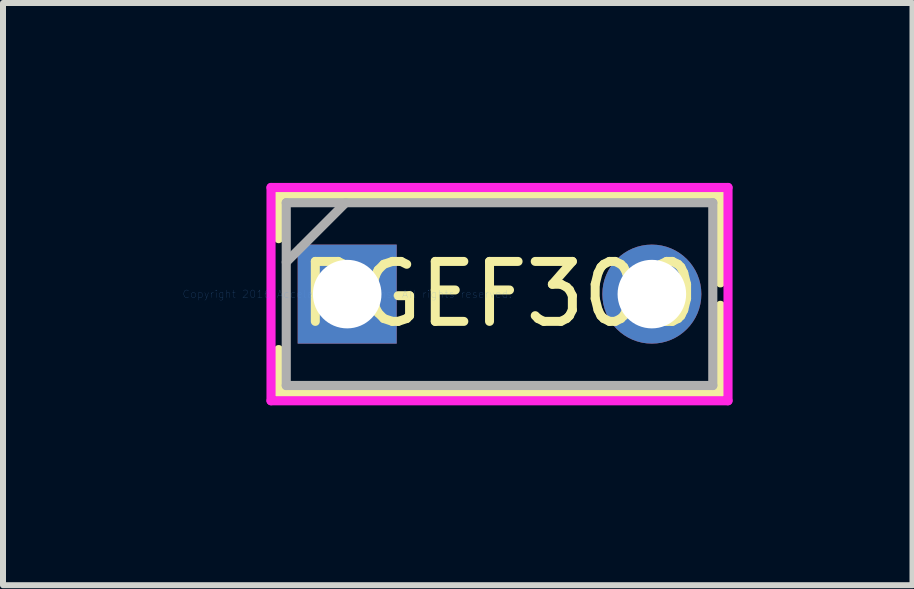
<source format=kicad_pcb>
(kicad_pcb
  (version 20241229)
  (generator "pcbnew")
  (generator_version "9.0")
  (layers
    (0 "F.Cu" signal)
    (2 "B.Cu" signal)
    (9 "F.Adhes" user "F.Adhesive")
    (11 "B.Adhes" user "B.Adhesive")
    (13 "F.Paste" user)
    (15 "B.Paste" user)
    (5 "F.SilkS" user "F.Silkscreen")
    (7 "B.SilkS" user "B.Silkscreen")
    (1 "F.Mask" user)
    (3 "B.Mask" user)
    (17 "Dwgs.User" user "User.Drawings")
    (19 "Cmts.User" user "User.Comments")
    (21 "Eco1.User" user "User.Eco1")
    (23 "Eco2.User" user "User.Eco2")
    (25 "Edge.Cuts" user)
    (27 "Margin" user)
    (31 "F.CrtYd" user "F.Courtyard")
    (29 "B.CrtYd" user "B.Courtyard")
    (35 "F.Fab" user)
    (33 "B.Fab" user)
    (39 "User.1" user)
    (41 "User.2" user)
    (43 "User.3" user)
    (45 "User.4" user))
  (footprint "RGEF300"
    (layer "F.Cu")
    (at 2.739 1.854)
    (property "Reference" "RGEF300" (at 2.54 0 0) (layer "F.SilkS") (effects (font (size 1 1) (thickness 0.15))))
    (attr through_hole)
    (fp_line (start -1.143 -1.651) (end -1.143 -0.925) (stroke (width 0.152) (type solid)) (layer "F.SilkS"))
    (fp_line (start -1.143 0.925) (end -1.143 1.651) (stroke (width 0.152) (type solid)) (layer "F.SilkS"))
    (fp_line (start -1.143 1.651) (end 6.223 1.651) (stroke (width 0.152) (type solid)) (layer "F.SilkS"))
    (fp_line (start 6.223 -1.651) (end -1.143 -1.651) (stroke (width 0.152) (type solid)) (layer "F.SilkS"))
    (fp_line (start 6.223 -0.187) (end 6.223 -1.651) (stroke (width 0.152) (type solid)) (layer "F.SilkS"))
    (fp_line (start 6.223 1.651) (end 6.223 0.187) (stroke (width 0.152) (type solid)) (layer "F.SilkS"))
    (fp_line (start -1.27 -1.778) (end 6.35 -1.778) (stroke (width 0.152) (type solid)) (layer "F.CrtYd"))
    (fp_line (start -1.27 1.778) (end -1.27 -1.778) (stroke (width 0.152) (type solid)) (layer "F.CrtYd"))
    (fp_line (start 6.35 -1.778) (end 6.35 1.778) (stroke (width 0.152) (type solid)) (layer "F.CrtYd"))
    (fp_line (start 6.35 1.778) (end -1.27 1.778) (stroke (width 0.152) (type solid)) (layer "F.CrtYd"))
    (fp_line (start -1.016 -1.524) (end -1.016 1.524) (stroke (width 0.152) (type solid)) (layer "F.Fab"))
    (fp_line (start -1.016 -0.533) (end -0.025 -1.524) (stroke (width 0.152) (type solid)) (layer "F.Fab"))
    (fp_line (start -1.016 1.524) (end 6.096 1.524) (stroke (width 0.152) (type solid)) (layer "F.Fab"))
    (fp_line (start 6.096 -1.524) (end -1.016 -1.524) (stroke (width 0.152) (type solid)) (layer "F.Fab"))
    (fp_line (start 6.096 1.524) (end 6.096 -1.524) (stroke (width 0.152) (type solid)) (layer "F.Fab"))
    (fp_text user "Copyright 2016 Accelerated Designs. All rights reserved." (at 0 0 0) (layer "Cmts.User") (effects (font (size 0.127 0.127) (thickness 0.002))))
    (pad "1" thru_hole rect (at 0 0) (size 1.651 1.651) (drill 1.143) (layers "*.Cu" "*.Mask"))
    (pad "2" thru_hole circle (at 5.08 0) (size 1.651 1.651) (drill 1.143) (layers "*.Cu" "*.Mask")))
  (gr_rect
    (start -3 -3)
    (end 12.165 6.708)
    (stroke (width 0.1) (type default))
    (fill no)
    (layer "Edge.Cuts")))
</source>
